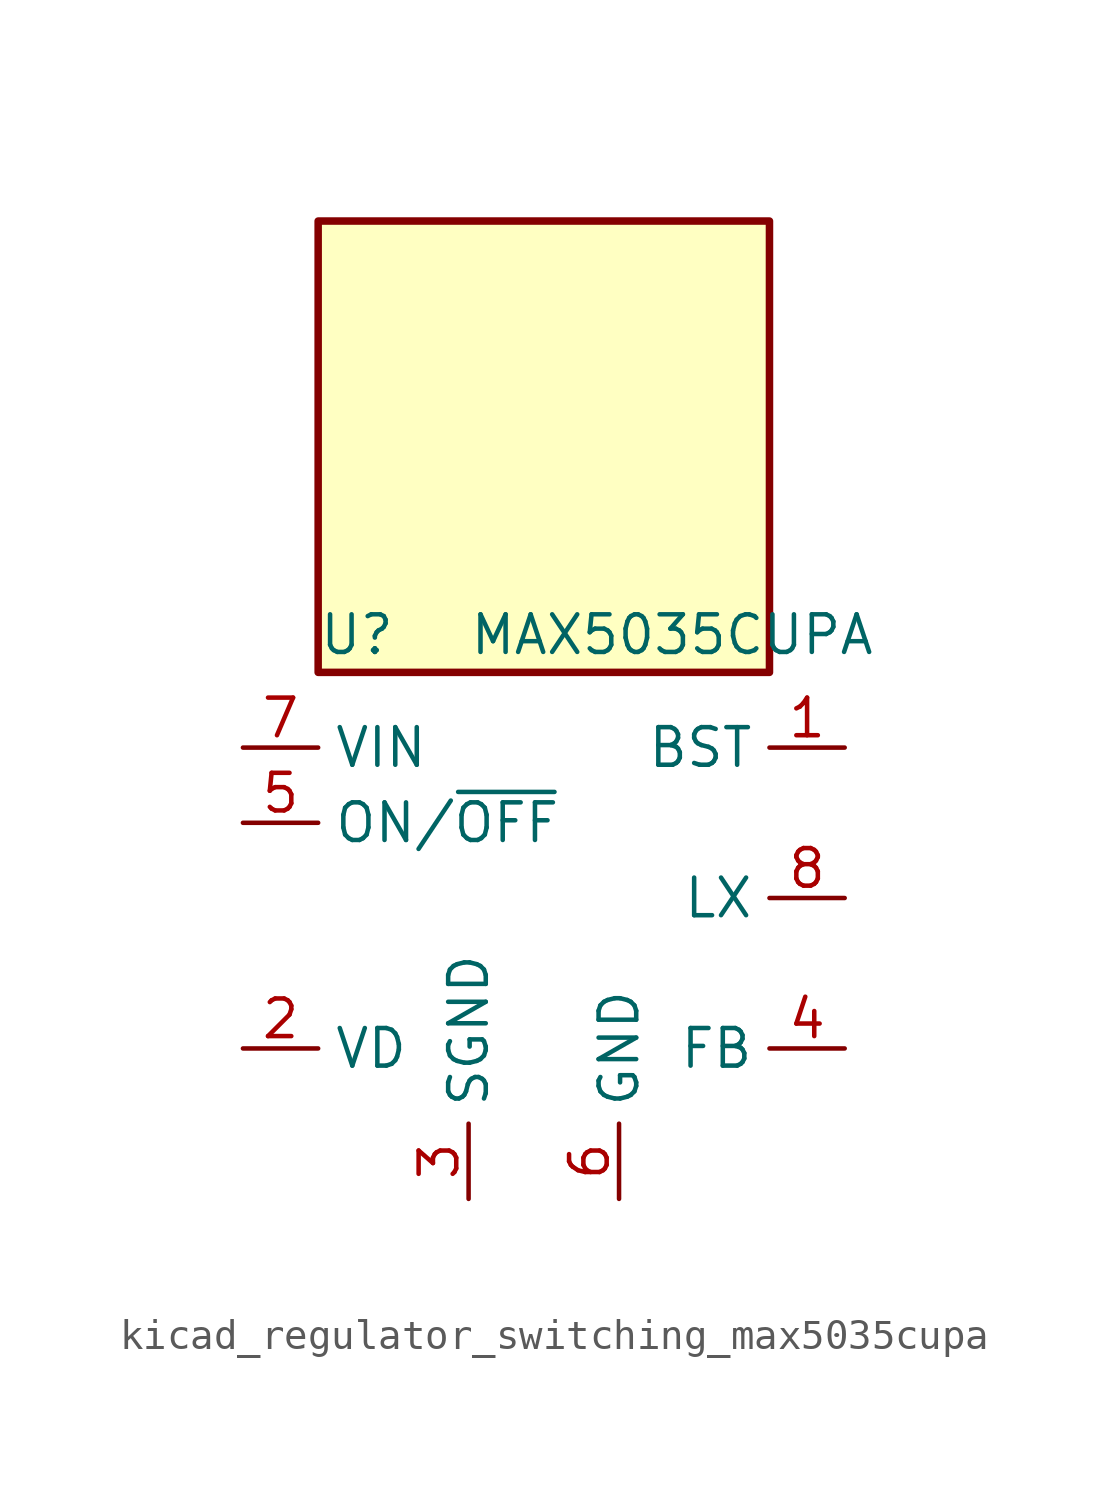
<source format=kicad_sym>
(kicad_symbol_lib
  (version 20220914)
  (generator kicad_symbol_editor)
  (symbol "kicad_regulator_switching_max5035cupa"
    (property "Reference" "U"
      (at -7.62 8.89 0)
      (effects (font (size 1.27 1.27)) (justify left)))
    (property "Value" "MAX5035CUPA"
      (at -2.54 8.89 0)
      (effects (font (size 1.27 1.27)) (justify left)))
    (symbol "kicad_regulator_switching_max5035cupa_0_1"
      (rectangle (start 7.62 22.86) (end -7.62 7.62) (stroke (width 0.254) (type default)) (fill (type background))))
    (symbol "kicad_regulator_switching_max5035cupa_1_1"
      (pin passive line (at 10.16 5.08 180) (length 2.54) (name "BST" (effects (font (size 1.27 1.27)))) (number "1" (effects (font (size 1.27 1.27)))))
      (pin passive line (at -10.16 -5.08 0) (length 2.54) (name "VD" (effects (font (size 1.27 1.27)))) (number "2" (effects (font (size 1.27 1.27)))))
      (pin power_in line (at -2.54 -10.16 90) (length 2.54) (name "SGND" (effects (font (size 1.27 1.27)))) (number "3" (effects (font (size 1.27 1.27)))))
      (pin input line (at 10.16 -5.08 180) (length 2.54) (name "FB" (effects (font (size 1.27 1.27)))) (number "4" (effects (font (size 1.27 1.27)))))
      (pin input line (at -10.16 2.54 0) (length 2.54) (name "ON/~{OFF}" (effects (font (size 1.27 1.27)))) (number "5" (effects (font (size 1.27 1.27)))))
      (pin power_in line (at 2.54 -10.16 90) (length 2.54) (name "GND" (effects (font (size 1.27 1.27)))) (number "6" (effects (font (size 1.27 1.27)))))
      (pin power_in line (at -10.16 5.08 0) (length 2.54) (name "VIN" (effects (font (size 1.27 1.27)))) (number "7" (effects (font (size 1.27 1.27)))))
      (pin output line (at 10.16 0 180) (length 2.54) (name "LX" (effects (font (size 1.27 1.27)))) (number "8" (effects (font (size 1.27 1.27))))))))
</source>
